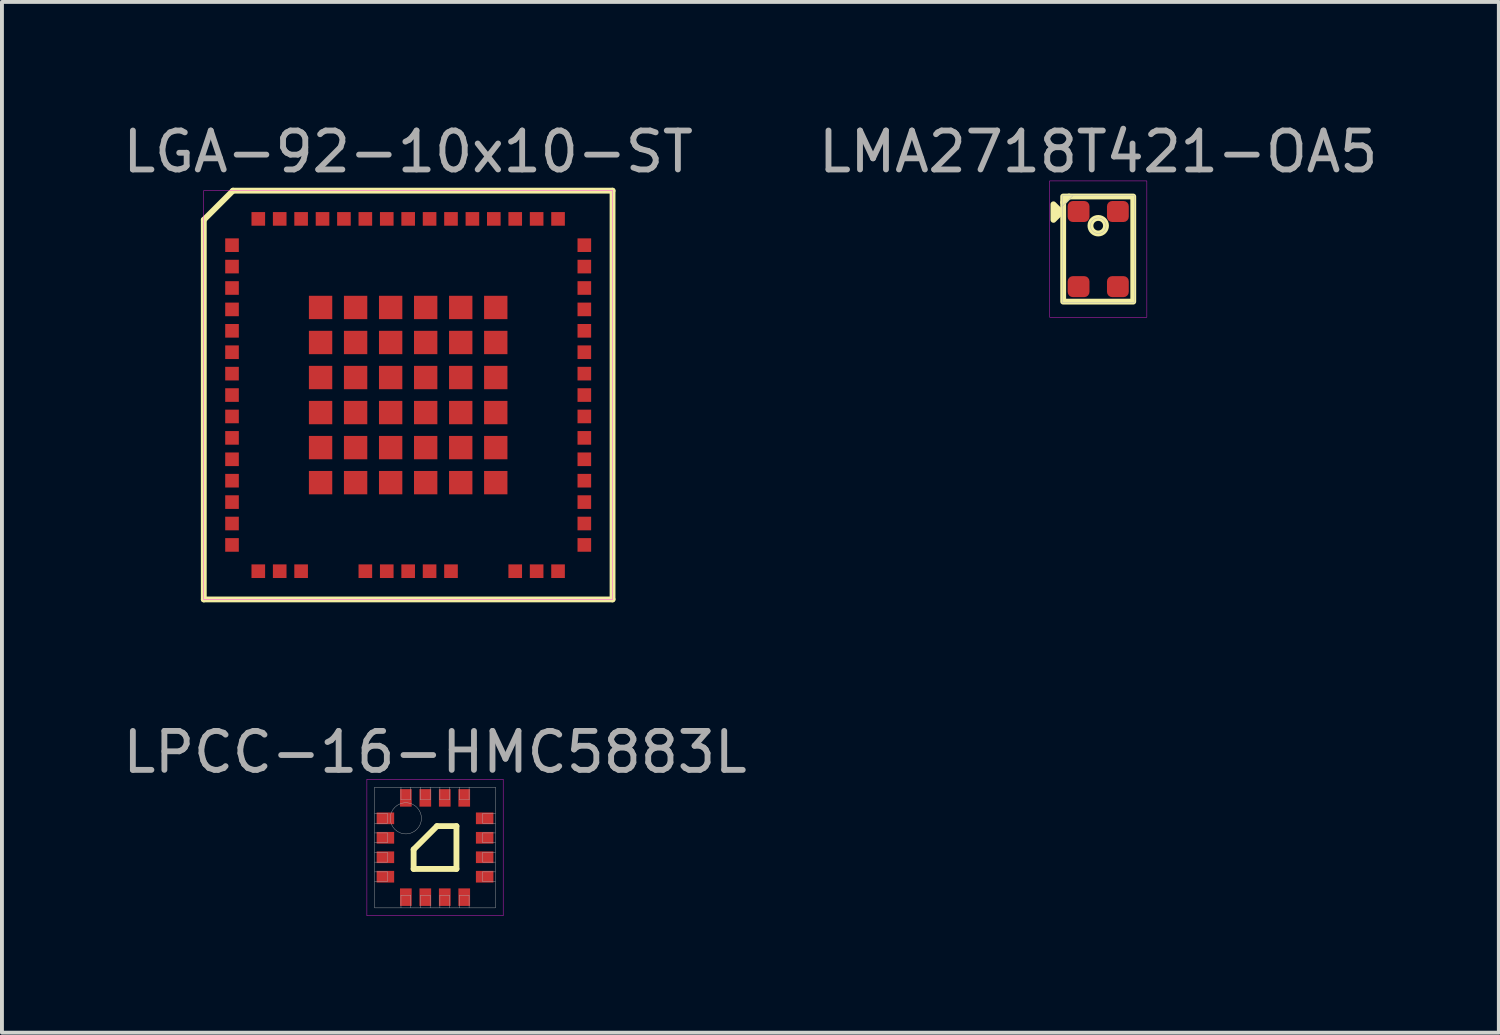
<source format=kicad_pcb>
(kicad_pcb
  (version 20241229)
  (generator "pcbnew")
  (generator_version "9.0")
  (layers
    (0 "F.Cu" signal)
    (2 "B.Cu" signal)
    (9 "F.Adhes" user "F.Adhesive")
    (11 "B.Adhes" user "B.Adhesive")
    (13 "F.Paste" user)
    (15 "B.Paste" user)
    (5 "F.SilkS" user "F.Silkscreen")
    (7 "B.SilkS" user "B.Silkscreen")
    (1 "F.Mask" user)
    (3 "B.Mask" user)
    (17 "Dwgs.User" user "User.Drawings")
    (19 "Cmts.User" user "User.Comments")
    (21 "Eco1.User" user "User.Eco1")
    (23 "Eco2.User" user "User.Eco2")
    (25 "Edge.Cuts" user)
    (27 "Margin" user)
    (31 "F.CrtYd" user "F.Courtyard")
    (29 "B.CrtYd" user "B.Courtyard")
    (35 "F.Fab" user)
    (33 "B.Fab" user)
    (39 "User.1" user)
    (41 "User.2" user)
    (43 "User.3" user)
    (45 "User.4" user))
  (footprint "LGA-92-10x10-ST"
    (layer "F.Cu")
    (at 7.435 7.098)
    (property "Reference" "LGA-92-10x10-ST" (at 0 -6.25 0) (unlocked yes) (layer "F.Fab") (effects (font (size 1 1) (thickness 0.15))))
    (attr smd)
    (fp_line (start -5.25 5.25) (end -5.25 -4.5) (stroke (width 0.15) (type default)) (layer "F.SilkS"))
    (fp_line (start -4.5 -5.25) (end -5.25 -4.5) (stroke (width 0.15) (type default)) (layer "F.SilkS"))
    (fp_line (start 5.25 -5.25) (end -4.5 -5.25) (stroke (width 0.15) (type default)) (layer "F.SilkS"))
    (fp_line (start 5.25 -5.25) (end 5.25 5.25) (stroke (width 0.15) (type default)) (layer "F.SilkS"))
    (fp_line (start 5.25 5.25) (end -5.25 5.25) (stroke (width 0.15) (type default)) (layer "F.SilkS"))
    (fp_line (start -5.25 -5.25) (end -5.25 5.25) (stroke (width 0.01) (type default)) (layer "F.CrtYd"))
    (fp_line (start -5.25 5.25) (end 5.25 5.25) (stroke (width 0.01) (type default)) (layer "F.CrtYd"))
    (fp_line (start 5.25 -5.25) (end -5.25 -5.25) (stroke (width 0.01) (type default)) (layer "F.CrtYd"))
    (fp_line (start 5.25 5.25) (end 5.25 -5.25) (stroke (width 0.01) (type default)) (layer "F.CrtYd"))
    (pad "1" smd rect (at -4.525 -3.85) (size 0.35 0.35) (layers "F.Cu" "F.Mask" "F.Paste"))
    (pad "2" smd rect (at -4.525 -3.3) (size 0.35 0.35) (layers "F.Cu" "F.Mask" "F.Paste"))
    (pad "3" smd rect (at -4.525 -2.75) (size 0.35 0.35) (layers "F.Cu" "F.Mask" "F.Paste"))
    (pad "4" smd rect (at -4.525 -2.2) (size 0.35 0.35) (layers "F.Cu" "F.Mask" "F.Paste"))
    (pad "5" smd rect (at -4.525 -1.65) (size 0.35 0.35) (layers "F.Cu" "F.Mask" "F.Paste"))
    (pad "6" smd rect (at -4.525 -1.1) (size 0.35 0.35) (layers "F.Cu" "F.Mask" "F.Paste"))
    (pad "7" smd rect (at -4.525 -0.55) (size 0.35 0.35) (layers "F.Cu" "F.Mask" "F.Paste"))
    (pad "8" smd rect (at -4.525 0) (size 0.35 0.35) (layers "F.Cu" "F.Mask" "F.Paste"))
    (pad "9" smd rect (at -4.525 0.55) (size 0.35 0.35) (layers "F.Cu" "F.Mask" "F.Paste"))
    (pad "10" smd rect (at -4.525 1.1) (size 0.35 0.35) (layers "F.Cu" "F.Mask" "F.Paste"))
    (pad "11" smd rect (at -4.525 1.65) (size 0.35 0.35) (layers "F.Cu" "F.Mask" "F.Paste"))
    (pad "12" smd rect (at -4.525 2.2) (size 0.35 0.35) (layers "F.Cu" "F.Mask" "F.Paste"))
    (pad "13" smd rect (at -4.525 2.75) (size 0.35 0.35) (layers "F.Cu" "F.Mask" "F.Paste"))
    (pad "14" smd rect (at -4.525 3.3) (size 0.35 0.35) (layers "F.Cu" "F.Mask" "F.Paste"))
    (pad "15" smd rect (at -4.525 3.85) (size 0.35 0.35) (layers "F.Cu" "F.Mask" "F.Paste"))
    (pad "16" smd rect (at -3.85 4.525 90) (size 0.35 0.35) (layers "F.Cu" "F.Mask" "F.Paste"))
    (pad "17" smd rect (at -3.3 4.525 90) (size 0.35 0.35) (layers "F.Cu" "F.Mask" "F.Paste"))
    (pad "18" smd rect (at -2.75 4.525 90) (size 0.35 0.35) (layers "F.Cu" "F.Mask" "F.Paste"))
    (pad "19" smd rect (at -1.1 4.525 90) (size 0.35 0.35) (layers "F.Cu" "F.Mask" "F.Paste"))
    (pad "20" smd rect (at -0.55 4.525 90) (size 0.35 0.35) (layers "F.Cu" "F.Mask" "F.Paste"))
    (pad "21" smd rect (at 0 4.525 90) (size 0.35 0.35) (layers "F.Cu" "F.Mask" "F.Paste"))
    (pad "22" smd rect (at 0.55 4.525 90) (size 0.35 0.35) (layers "F.Cu" "F.Mask" "F.Paste"))
    (pad "23" smd rect (at 1.1 4.525 90) (size 0.35 0.35) (layers "F.Cu" "F.Mask" "F.Paste"))
    (pad "24" smd rect (at 2.75 4.525 90) (size 0.35 0.35) (layers "F.Cu" "F.Mask" "F.Paste"))
    (pad "25" smd rect (at 3.3 4.525 90) (size 0.35 0.35) (layers "F.Cu" "F.Mask" "F.Paste"))
    (pad "26" smd rect (at 3.85 4.525 90) (size 0.35 0.35) (layers "F.Cu" "F.Mask" "F.Paste"))
    (pad "27" smd rect (at 4.525 3.85) (size 0.35 0.35) (layers "F.Cu" "F.Mask" "F.Paste"))
    (pad "28" smd rect (at 4.525 3.3) (size 0.35 0.35) (layers "F.Cu" "F.Mask" "F.Paste"))
    (pad "29" smd rect (at 4.525 2.75) (size 0.35 0.35) (layers "F.Cu" "F.Mask" "F.Paste"))
    (pad "30" smd rect (at 4.525 2.2) (size 0.35 0.35) (layers "F.Cu" "F.Mask" "F.Paste"))
    (pad "31" smd rect (at 4.525 1.65) (size 0.35 0.35) (layers "F.Cu" "F.Mask" "F.Paste"))
    (pad "32" smd rect (at 4.525 1.1) (size 0.35 0.35) (layers "F.Cu" "F.Mask" "F.Paste"))
    (pad "33" smd rect (at 4.525 0.55) (size 0.35 0.35) (layers "F.Cu" "F.Mask" "F.Paste"))
    (pad "34" smd rect (at 4.525 0) (size 0.35 0.35) (layers "F.Cu" "F.Mask" "F.Paste"))
    (pad "35" smd rect (at 4.525 -0.55) (size 0.35 0.35) (layers "F.Cu" "F.Mask" "F.Paste"))
    (pad "36" smd rect (at 4.525 -1.1) (size 0.35 0.35) (layers "F.Cu" "F.Mask" "F.Paste"))
    (pad "37" smd rect (at 4.525 -1.65) (size 0.35 0.35) (layers "F.Cu" "F.Mask" "F.Paste"))
    (pad "38" smd rect (at 4.525 -2.2) (size 0.35 0.35) (layers "F.Cu" "F.Mask" "F.Paste"))
    (pad "39" smd rect (at 4.525 -2.75) (size 0.35 0.35) (layers "F.Cu" "F.Mask" "F.Paste"))
    (pad "40" smd rect (at 4.525 -3.3) (size 0.35 0.35) (layers "F.Cu" "F.Mask" "F.Paste"))
    (pad "41" smd rect (at 4.525 -3.85) (size 0.35 0.35) (layers "F.Cu" "F.Mask" "F.Paste"))
    (pad "42" smd rect (at 3.85 -4.525 90) (size 0.35 0.35) (layers "F.Cu" "F.Mask" "F.Paste"))
    (pad "43" smd rect (at 3.3 -4.525 90) (size 0.35 0.35) (layers "F.Cu" "F.Mask" "F.Paste"))
    (pad "44" smd rect (at 2.75 -4.525 90) (size 0.35 0.35) (layers "F.Cu" "F.Mask" "F.Paste"))
    (pad "45" smd rect (at 2.2 -4.525 90) (size 0.35 0.35) (layers "F.Cu" "F.Mask" "F.Paste"))
    (pad "46" smd rect (at 1.65 -4.525 90) (size 0.35 0.35) (layers "F.Cu" "F.Mask" "F.Paste"))
    (pad "47" smd rect (at 1.1 -4.525 90) (size 0.35 0.35) (layers "F.Cu" "F.Mask" "F.Paste"))
    (pad "48" smd rect (at 0.55 -4.525 90) (size 0.35 0.35) (layers "F.Cu" "F.Mask" "F.Paste"))
    (pad "49" smd rect (at 0 -4.525 90) (size 0.35 0.35) (layers "F.Cu" "F.Mask" "F.Paste"))
    (pad "50" smd rect (at -0.55 -4.525 90) (size 0.35 0.35) (layers "F.Cu" "F.Mask" "F.Paste"))
    (pad "51" smd rect (at -1.1 -4.525 90) (size 0.35 0.35) (layers "F.Cu" "F.Mask" "F.Paste"))
    (pad "52" smd rect (at -1.65 -4.525 90) (size 0.35 0.35) (layers "F.Cu" "F.Mask" "F.Paste"))
    (pad "53" smd rect (at -2.2 -4.525 90) (size 0.35 0.35) (layers "F.Cu" "F.Mask" "F.Paste"))
    (pad "54" smd rect (at -2.75 -4.525 90) (size 0.35 0.35) (layers "F.Cu" "F.Mask" "F.Paste"))
    (pad "55" smd rect (at -3.3 -4.525 90) (size 0.35 0.35) (layers "F.Cu" "F.Mask" "F.Paste"))
    (pad "56" smd rect (at -3.85 -4.525 90) (size 0.35 0.35) (layers "F.Cu" "F.Mask" "F.Paste"))
    (pad "57" smd rect (at -2.25 -2.25) (size 0.6 0.6) (layers "F.Cu" "F.Mask" "F.Paste"))
    (pad "58" smd rect (at -2.25 -1.35) (size 0.6 0.6) (layers "F.Cu" "F.Mask" "F.Paste"))
    (pad "59" smd rect (at -2.25 -0.45) (size 0.6 0.6) (layers "F.Cu" "F.Mask" "F.Paste"))
    (pad "60" smd rect (at -2.25 0.45) (size 0.6 0.6) (layers "F.Cu" "F.Mask" "F.Paste"))
    (pad "61" smd rect (at -2.25 1.35) (size 0.6 0.6) (layers "F.Cu" "F.Mask" "F.Paste"))
    (pad "62" smd rect (at -2.25 2.25) (size 0.6 0.6) (layers "F.Cu" "F.Mask" "F.Paste"))
    (pad "63" smd rect (at -1.35 2.25) (size 0.6 0.6) (layers "F.Cu" "F.Mask" "F.Paste"))
    (pad "64" smd rect (at -0.45 2.25) (size 0.6 0.6) (layers "F.Cu" "F.Mask" "F.Paste"))
    (pad "65" smd rect (at 0.45 2.25) (size 0.6 0.6) (layers "F.Cu" "F.Mask" "F.Paste"))
    (pad "66" smd rect (at 1.35 2.25) (size 0.6 0.6) (layers "F.Cu" "F.Mask" "F.Paste"))
    (pad "67" smd rect (at 2.25 2.25) (size 0.6 0.6) (layers "F.Cu" "F.Mask" "F.Paste"))
    (pad "68" smd rect (at 2.25 1.35) (size 0.6 0.6) (layers "F.Cu" "F.Mask" "F.Paste"))
    (pad "69" smd rect (at 2.25 0.45) (size 0.6 0.6) (layers "F.Cu" "F.Mask" "F.Paste"))
    (pad "70" smd rect (at 2.25 -0.45) (size 0.6 0.6) (layers "F.Cu" "F.Mask" "F.Paste"))
    (pad "71" smd rect (at 2.25 -1.35) (size 0.6 0.6) (layers "F.Cu" "F.Mask" "F.Paste"))
    (pad "72" smd rect (at 2.25 -2.25) (size 0.6 0.6) (layers "F.Cu" "F.Mask" "F.Paste"))
    (pad "73" smd rect (at 1.35 -2.25) (size 0.6 0.6) (layers "F.Cu" "F.Mask" "F.Paste"))
    (pad "74" smd rect (at 0.45 -2.25) (size 0.6 0.6) (layers "F.Cu" "F.Mask" "F.Paste"))
    (pad "75" smd rect (at -0.45 -2.25) (size 0.6 0.6) (layers "F.Cu" "F.Mask" "F.Paste"))
    (pad "76" smd rect (at -1.35 -2.25) (size 0.6 0.6) (layers "F.Cu" "F.Mask" "F.Paste"))
    (pad "77" smd rect (at -1.35 -1.35) (size 0.6 0.6) (layers "F.Cu" "F.Mask" "F.Paste"))
    (pad "78" smd rect (at -1.35 -0.45) (size 0.6 0.6) (layers "F.Cu" "F.Mask" "F.Paste"))
    (pad "79" smd rect (at -1.35 0.45) (size 0.6 0.6) (layers "F.Cu" "F.Mask" "F.Paste"))
    (pad "80" smd rect (at -1.35 1.35) (size 0.6 0.6) (layers "F.Cu" "F.Mask" "F.Paste"))
    (pad "81" smd rect (at -0.45 1.35) (size 0.6 0.6) (layers "F.Cu" "F.Mask" "F.Paste"))
    (pad "82" smd rect (at 0.45 1.35) (size 0.6 0.6) (layers "F.Cu" "F.Mask" "F.Paste"))
    (pad "83" smd rect (at 1.35 1.35) (size 0.6 0.6) (layers "F.Cu" "F.Mask" "F.Paste"))
    (pad "84" smd rect (at 1.35 0.45) (size 0.6 0.6) (layers "F.Cu" "F.Mask" "F.Paste"))
    (pad "85" smd rect (at 1.35 -0.45) (size 0.6 0.6) (layers "F.Cu" "F.Mask" "F.Paste"))
    (pad "86" smd rect (at 1.35 -1.35) (size 0.6 0.6) (layers "F.Cu" "F.Mask" "F.Paste"))
    (pad "87" smd rect (at 0.45 -1.35) (size 0.6 0.6) (layers "F.Cu" "F.Mask" "F.Paste"))
    (pad "88" smd rect (at -0.45 -1.35) (size 0.6 0.6) (layers "F.Cu" "F.Mask" "F.Paste"))
    (pad "89" smd rect (at -0.45 -0.45) (size 0.6 0.6) (layers "F.Cu" "F.Mask" "F.Paste"))
    (pad "90" smd rect (at -0.45 0.45) (size 0.6 0.6) (layers "F.Cu" "F.Mask" "F.Paste"))
    (pad "91" smd rect (at 0.45 0.45) (size 0.6 0.6) (layers "F.Cu" "F.Mask" "F.Paste"))
    (pad "92" smd rect (at 0.45 -0.45) (size 0.6 0.6) (layers "F.Cu" "F.Mask" "F.Paste")))
  (footprint "LMA2718T421-OA5"
    (layer "F.Cu")
    (at 25.161 3.348)
    (property "Reference" "LMA2718T421-OA5" (at 0 -2.5 0) (unlocked yes) (layer "F.Fab") (effects (font (size 1 1) (thickness 0.15))))
    (attr smd)
    (fp_line (start -0.9 -1.2) (end -0.75 -1.35) (stroke (width 0.15) (type default)) (layer "F.SilkS"))
    (fp_rect (start -0.9 -1.35) (end 0.9 1.35) (stroke (width 0.15) (type default)) (fill no) (layer "F.SilkS"))
    (fp_circle (center 0 -0.6) (end 0.2 -0.6) (stroke (width 0.15) (type default)) (fill no) (layer "F.SilkS"))
    (fp_poly (pts (xy -0.95 -0.95) (xy -1.15 -1.15) (xy -1.15 -0.75)) (stroke (width 0.15) (type solid)) (fill yes) (layer "F.SilkS"))
    (fp_rect (start -1.25 -1.75) (end 1.25 1.75) (stroke (width 0.01) (type default)) (fill no) (layer "F.CrtYd"))
    (fp_line (start -0.92 -1.1) (end -0.65 -1.37) (stroke (width 0.01) (type default)) (layer "F.Fab"))
    (fp_rect (start -0.925 -1.375) (end 0.925 1.375) (stroke (width 0.01) (type default)) (fill no) (layer "F.Fab"))
    (fp_circle (center 0 -0.6) (end 0.2 -0.6) (stroke (width 0.01) (type default)) (fill no) (layer "F.Fab"))
    (pad "1" smd roundrect (at -0.505 -0.965) (size 0.56 0.54) (layers "F.Cu" "F.Mask" "F.Paste") (roundrect_rratio 0.25))
    (pad "2" smd roundrect (at -0.505 0.965) (size 0.56 0.54) (layers "F.Cu" "F.Mask" "F.Paste") (roundrect_rratio 0.25))
    (pad "3" smd roundrect (at 0.505 0.965) (size 0.56 0.54) (layers "F.Cu" "F.Mask" "F.Paste") (roundrect_rratio 0.25))
    (pad "4" smd roundrect (at 0.505 -0.965) (size 0.56 0.54) (layers "F.Cu" "F.Mask" "F.Paste") (roundrect_rratio 0.25)))
  (footprint "LPCC-16-HMC5883L"
    (layer "F.Cu")
    (at 8.125 18.721)
    (property "Reference" "LPCC-16-HMC5883L" (at 0 -2.45 0) (layer "F.Fab") (effects (font (size 1 1) (thickness 0.15))))
    (attr smd)
    (fp_line (start -0.55 0.05) (end 0.05 -0.55) (stroke (width 0.15) (type solid)) (layer "F.SilkS"))
    (fp_line (start -0.55 0.55) (end -0.55 0.05) (stroke (width 0.15) (type solid)) (layer "F.SilkS"))
    (fp_line (start 0.05 -0.55) (end 0.55 -0.55) (stroke (width 0.15) (type solid)) (layer "F.SilkS"))
    (fp_line (start 0.55 -0.55) (end 0.55 0.55) (stroke (width 0.15) (type solid)) (layer "F.SilkS"))
    (fp_line (start 0.55 0.55) (end -0.55 0.55) (stroke (width 0.15) (type solid)) (layer "F.SilkS"))
    (fp_line (start -1.75 -1.75) (end 1.75 -1.75) (stroke (width 0.01) (type solid)) (layer "F.CrtYd"))
    (fp_line (start -1.75 1.75) (end -1.75 -1.75) (stroke (width 0.01) (type solid)) (layer "F.CrtYd"))
    (fp_line (start 1.75 -1.75) (end 1.75 1.75) (stroke (width 0.01) (type solid)) (layer "F.CrtYd"))
    (fp_line (start 1.75 1.75) (end -1.75 1.75) (stroke (width 0.01) (type solid)) (layer "F.CrtYd"))
    (fp_line (start -1.55 -1.55) (end 1.55 -1.55) (stroke (width 0.01) (type solid)) (layer "F.Fab"))
    (fp_line (start -1.55 -0.625) (end -1.225 -0.625) (stroke (width 0.01) (type solid)) (layer "F.Fab"))
    (fp_line (start -1.55 -0.125) (end -1.225 -0.125) (stroke (width 0.01) (type solid)) (layer "F.Fab"))
    (fp_line (start -1.55 0.375) (end -1.225 0.375) (stroke (width 0.01) (type solid)) (layer "F.Fab"))
    (fp_line (start -1.55 0.875) (end -1.225 0.875) (stroke (width 0.01) (type solid)) (layer "F.Fab"))
    (fp_line (start -1.55 1.55) (end -1.55 -1.55) (stroke (width 0.01) (type solid)) (layer "F.Fab"))
    (fp_line (start -1.225 -0.875) (end -1.55 -0.875) (stroke (width 0.01) (type solid)) (layer "F.Fab"))
    (fp_line (start -1.225 -0.625) (end -1.225 -0.875) (stroke (width 0.01) (type solid)) (layer "F.Fab"))
    (fp_line (start -1.225 -0.375) (end -1.55 -0.375) (stroke (width 0.01) (type solid)) (layer "F.Fab"))
    (fp_line (start -1.225 -0.125) (end -1.225 -0.375) (stroke (width 0.01) (type solid)) (layer "F.Fab"))
    (fp_line (start -1.225 0.125) (end -1.55 0.125) (stroke (width 0.01) (type solid)) (layer "F.Fab"))
    (fp_line (start -1.225 0.375) (end -1.225 0.125) (stroke (width 0.01) (type solid)) (layer "F.Fab"))
    (fp_line (start -1.225 0.625) (end -1.55 0.625) (stroke (width 0.01) (type solid)) (layer "F.Fab"))
    (fp_line (start -1.225 0.875) (end -1.225 0.625) (stroke (width 0.01) (type solid)) (layer "F.Fab"))
    (fp_line (start -0.875 -1.55) (end -0.875 -1.225) (stroke (width 0.01) (type solid)) (layer "F.Fab"))
    (fp_line (start -0.875 -1.225) (end -0.625 -1.225) (stroke (width 0.01) (type solid)) (layer "F.Fab"))
    (fp_line (start -0.875 1.225) (end -0.875 1.55) (stroke (width 0.01) (type solid)) (layer "F.Fab"))
    (fp_line (start -0.625 -1.225) (end -0.625 -1.55) (stroke (width 0.01) (type solid)) (layer "F.Fab"))
    (fp_line (start -0.625 1.225) (end -0.875 1.225) (stroke (width 0.01) (type solid)) (layer "F.Fab"))
    (fp_line (start -0.625 1.55) (end -0.625 1.225) (stroke (width 0.01) (type solid)) (layer "F.Fab"))
    (fp_line (start -0.375 -1.55) (end -0.375 -1.225) (stroke (width 0.01) (type solid)) (layer "F.Fab"))
    (fp_line (start -0.375 -1.225) (end -0.125 -1.225) (stroke (width 0.01) (type solid)) (layer "F.Fab"))
    (fp_line (start -0.375 1.225) (end -0.375 1.55) (stroke (width 0.01) (type solid)) (layer "F.Fab"))
    (fp_line (start -0.125 -1.225) (end -0.125 -1.55) (stroke (width 0.01) (type solid)) (layer "F.Fab"))
    (fp_line (start -0.125 1.225) (end -0.375 1.225) (stroke (width 0.01) (type solid)) (layer "F.Fab"))
    (fp_line (start -0.125 1.55) (end -0.125 1.225) (stroke (width 0.01) (type solid)) (layer "F.Fab"))
    (fp_line (start 0.125 -1.55) (end 0.125 -1.225) (stroke (width 0.01) (type solid)) (layer "F.Fab"))
    (fp_line (start 0.125 -1.225) (end 0.375 -1.225) (stroke (width 0.01) (type solid)) (layer "F.Fab"))
    (fp_line (start 0.125 1.225) (end 0.125 1.55) (stroke (width 0.01) (type solid)) (layer "F.Fab"))
    (fp_line (start 0.375 -1.225) (end 0.375 -1.55) (stroke (width 0.01) (type solid)) (layer "F.Fab"))
    (fp_line (start 0.375 1.225) (end 0.125 1.225) (stroke (width 0.01) (type solid)) (layer "F.Fab"))
    (fp_line (start 0.375 1.55) (end 0.375 1.225) (stroke (width 0.01) (type solid)) (layer "F.Fab"))
    (fp_line (start 0.625 -1.55) (end 0.625 -1.225) (stroke (width 0.01) (type solid)) (layer "F.Fab"))
    (fp_line (start 0.625 -1.225) (end 0.875 -1.225) (stroke (width 0.01) (type solid)) (layer "F.Fab"))
    (fp_line (start 0.625 1.225) (end 0.625 1.55) (stroke (width 0.01) (type solid)) (layer "F.Fab"))
    (fp_line (start 0.875 -1.225) (end 0.875 -1.55) (stroke (width 0.01) (type solid)) (layer "F.Fab"))
    (fp_line (start 0.875 1.225) (end 0.625 1.225) (stroke (width 0.01) (type solid)) (layer "F.Fab"))
    (fp_line (start 0.875 1.55) (end 0.875 1.225) (stroke (width 0.01) (type solid)) (layer "F.Fab"))
    (fp_line (start 1.225 -0.875) (end 1.225 -0.625) (stroke (width 0.01) (type solid)) (layer "F.Fab"))
    (fp_line (start 1.225 -0.625) (end 1.55 -0.625) (stroke (width 0.01) (type solid)) (layer "F.Fab"))
    (fp_line (start 1.225 -0.375) (end 1.225 -0.125) (stroke (width 0.01) (type solid)) (layer "F.Fab"))
    (fp_line (start 1.225 -0.125) (end 1.55 -0.125) (stroke (width 0.01) (type solid)) (layer "F.Fab"))
    (fp_line (start 1.225 0.125) (end 1.225 0.375) (stroke (width 0.01) (type solid)) (layer "F.Fab"))
    (fp_line (start 1.225 0.375) (end 1.55 0.375) (stroke (width 0.01) (type solid)) (layer "F.Fab"))
    (fp_line (start 1.225 0.625) (end 1.225 0.875) (stroke (width 0.01) (type solid)) (layer "F.Fab"))
    (fp_line (start 1.225 0.875) (end 1.55 0.875) (stroke (width 0.01) (type solid)) (layer "F.Fab"))
    (fp_line (start 1.55 -1.55) (end 1.55 1.55) (stroke (width 0.01) (type solid)) (layer "F.Fab"))
    (fp_line (start 1.55 -0.875) (end 1.225 -0.875) (stroke (width 0.01) (type solid)) (layer "F.Fab"))
    (fp_line (start 1.55 -0.375) (end 1.225 -0.375) (stroke (width 0.01) (type solid)) (layer "F.Fab"))
    (fp_line (start 1.55 0.125) (end 1.225 0.125) (stroke (width 0.01) (type solid)) (layer "F.Fab"))
    (fp_line (start 1.55 0.625) (end 1.225 0.625) (stroke (width 0.01) (type solid)) (layer "F.Fab"))
    (fp_line (start 1.55 1.55) (end -1.55 1.55) (stroke (width 0.01) (type solid)) (layer "F.Fab"))
    (fp_circle (center -0.75 -0.75) (end -0.75 -0.35) (stroke (width 0.01) (type solid)) (fill no) (layer "F.Fab"))
    (pad "1" smd rect (at -1.275 -0.75) (size 0.45 0.3) (layers "F.Cu" "F.Mask" "F.Paste"))
    (pad "2" smd rect (at -1.275 -0.25) (size 0.45 0.3) (layers "F.Cu" "F.Mask" "F.Paste"))
    (pad "3" smd rect (at -1.275 0.25) (size 0.45 0.3) (layers "F.Cu" "F.Mask" "F.Paste"))
    (pad "4" smd rect (at -1.275 0.75) (size 0.45 0.3) (layers "F.Cu" "F.Mask" "F.Paste"))
    (pad "5" smd rect (at -0.75 1.275) (size 0.3 0.45) (layers "F.Cu" "F.Mask" "F.Paste"))
    (pad "6" smd rect (at -0.25 1.275) (size 0.3 0.45) (layers "F.Cu" "F.Mask" "F.Paste"))
    (pad "7" smd rect (at 0.25 1.275) (size 0.3 0.45) (layers "F.Cu" "F.Mask" "F.Paste"))
    (pad "8" smd rect (at 0.75 1.275) (size 0.3 0.45) (layers "F.Cu" "F.Mask" "F.Paste"))
    (pad "9" smd rect (at 1.275 0.75) (size 0.45 0.3) (layers "F.Cu" "F.Mask" "F.Paste"))
    (pad "10" smd rect (at 1.275 0.25) (size 0.45 0.3) (layers "F.Cu" "F.Mask" "F.Paste"))
    (pad "11" smd rect (at 1.275 -0.25) (size 0.45 0.3) (layers "F.Cu" "F.Mask" "F.Paste"))
    (pad "12" smd rect (at 1.275 -0.75) (size 0.45 0.3) (layers "F.Cu" "F.Mask" "F.Paste"))
    (pad "13" smd rect (at 0.75 -1.275) (size 0.3 0.45) (layers "F.Cu" "F.Mask" "F.Paste"))
    (pad "14" smd rect (at 0.25 -1.275) (size 0.3 0.45) (layers "F.Cu" "F.Mask" "F.Paste"))
    (pad "15" smd rect (at -0.25 -1.275) (size 0.3 0.45) (layers "F.Cu" "F.Mask" "F.Paste"))
    (pad "16" smd rect (at -0.75 -1.275) (size 0.3 0.45) (layers "F.Cu" "F.Mask" "F.Paste")))
  (gr_rect
    (start -3 -3)
    (end 35.452 23.477)
    (stroke (width 0.1) (type default))
    (fill no)
    (layer "Edge.Cuts")))
</source>
